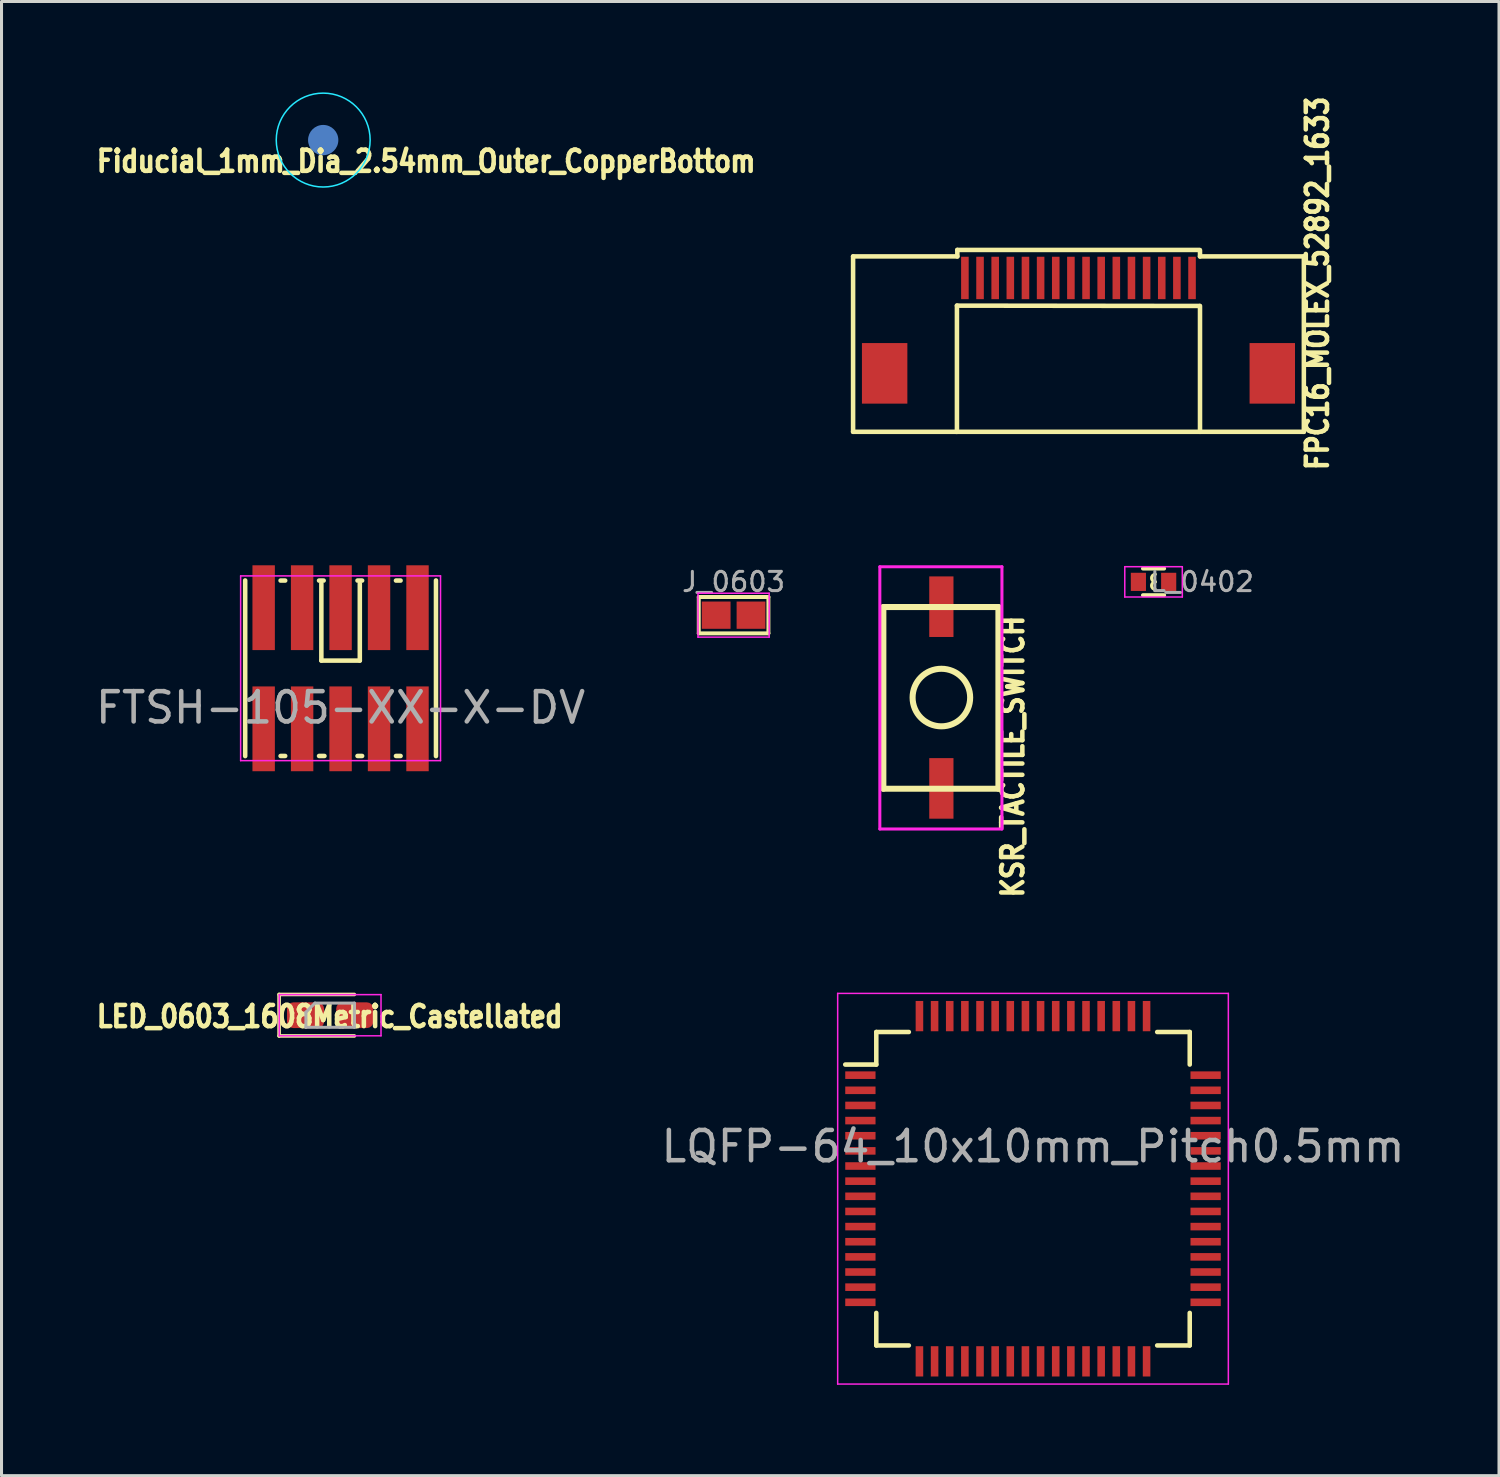
<source format=kicad_pcb>
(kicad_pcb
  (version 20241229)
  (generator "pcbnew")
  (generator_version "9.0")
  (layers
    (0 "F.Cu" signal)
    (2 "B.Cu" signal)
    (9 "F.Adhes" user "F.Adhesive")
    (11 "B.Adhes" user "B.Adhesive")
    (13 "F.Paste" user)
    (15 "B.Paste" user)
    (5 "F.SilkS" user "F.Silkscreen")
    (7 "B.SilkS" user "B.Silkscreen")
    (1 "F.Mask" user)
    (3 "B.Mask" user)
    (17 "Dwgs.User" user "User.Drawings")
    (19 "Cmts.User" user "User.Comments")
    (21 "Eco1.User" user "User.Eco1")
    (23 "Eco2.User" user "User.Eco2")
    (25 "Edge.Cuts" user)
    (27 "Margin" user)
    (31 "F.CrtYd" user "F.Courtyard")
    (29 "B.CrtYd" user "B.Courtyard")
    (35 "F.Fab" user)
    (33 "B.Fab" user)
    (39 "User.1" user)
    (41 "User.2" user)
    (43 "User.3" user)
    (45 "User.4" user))
  (footprint "LQFP-64_10x10mm_Pitch0.5mm"
    (layer "F.Cu")
    (at 31.06 36.202)
    (property "Reference" "LQFP-64_10x10mm_Pitch0.5mm" (at 0 -1.397 0) (layer "F.Fab") (effects (font (size 1 1) (thickness 0.15))))
    (attr smd)
    (fp_line (start -5.175 -5.175) (end -5.175 -4.1) (stroke (width 0.15) (type solid)) (layer "F.SilkS"))
    (fp_line (start -5.175 -5.175) (end -4.1 -5.175) (stroke (width 0.15) (type solid)) (layer "F.SilkS"))
    (fp_line (start -5.175 -4.1) (end -6.2 -4.1) (stroke (width 0.15) (type solid)) (layer "F.SilkS"))
    (fp_line (start -5.175 5.175) (end -5.175 4.1) (stroke (width 0.15) (type solid)) (layer "F.SilkS"))
    (fp_line (start -5.175 5.175) (end -4.1 5.175) (stroke (width 0.15) (type solid)) (layer "F.SilkS"))
    (fp_line (start 5.175 -5.175) (end 4.1 -5.175) (stroke (width 0.15) (type solid)) (layer "F.SilkS"))
    (fp_line (start 5.175 -5.175) (end 5.175 -4.1) (stroke (width 0.15) (type solid)) (layer "F.SilkS"))
    (fp_line (start 5.175 5.175) (end 4.1 5.175) (stroke (width 0.15) (type solid)) (layer "F.SilkS"))
    (fp_line (start 5.175 5.175) (end 5.175 4.1) (stroke (width 0.15) (type solid)) (layer "F.SilkS"))
    (fp_line (start -6.45 -6.45) (end -6.45 6.45) (stroke (width 0.05) (type solid)) (layer "F.CrtYd"))
    (fp_line (start -6.45 -6.45) (end 6.45 -6.45) (stroke (width 0.05) (type solid)) (layer "F.CrtYd"))
    (fp_line (start -6.45 6.45) (end 6.45 6.45) (stroke (width 0.05) (type solid)) (layer "F.CrtYd"))
    (fp_line (start 6.45 -6.45) (end 6.45 6.45) (stroke (width 0.05) (type solid)) (layer "F.CrtYd"))
    (pad "1" smd rect (at -5.7 -3.75) (size 1 0.25) (layers "F.Cu" "F.Mask" "F.Paste"))
    (pad "2" smd rect (at -5.7 -3.25) (size 1 0.25) (layers "F.Cu" "F.Mask" "F.Paste"))
    (pad "3" smd rect (at -5.7 -2.75) (size 1 0.25) (layers "F.Cu" "F.Mask" "F.Paste"))
    (pad "4" smd rect (at -5.7 -2.25) (size 1 0.25) (layers "F.Cu" "F.Mask" "F.Paste"))
    (pad "5" smd rect (at -5.7 -1.75) (size 1 0.25) (layers "F.Cu" "F.Mask" "F.Paste"))
    (pad "6" smd rect (at -5.7 -1.25) (size 1 0.25) (layers "F.Cu" "F.Mask" "F.Paste"))
    (pad "7" smd rect (at -5.7 -0.75) (size 1 0.25) (layers "F.Cu" "F.Mask" "F.Paste"))
    (pad "8" smd rect (at -5.7 -0.25) (size 1 0.25) (layers "F.Cu" "F.Mask" "F.Paste"))
    (pad "9" smd rect (at -5.7 0.25) (size 1 0.25) (layers "F.Cu" "F.Mask" "F.Paste"))
    (pad "10" smd rect (at -5.7 0.75) (size 1 0.25) (layers "F.Cu" "F.Mask" "F.Paste"))
    (pad "11" smd rect (at -5.7 1.25) (size 1 0.25) (layers "F.Cu" "F.Mask" "F.Paste"))
    (pad "12" smd rect (at -5.7 1.75) (size 1 0.25) (layers "F.Cu" "F.Mask" "F.Paste"))
    (pad "13" smd rect (at -5.7 2.25) (size 1 0.25) (layers "F.Cu" "F.Mask" "F.Paste"))
    (pad "14" smd rect (at -5.7 2.75) (size 1 0.25) (layers "F.Cu" "F.Mask" "F.Paste"))
    (pad "15" smd rect (at -5.7 3.25) (size 1 0.25) (layers "F.Cu" "F.Mask" "F.Paste"))
    (pad "16" smd rect (at -5.7 3.75) (size 1 0.25) (layers "F.Cu" "F.Mask" "F.Paste"))
    (pad "17" smd rect (at -3.75 5.7 90) (size 1 0.25) (layers "F.Cu" "F.Mask" "F.Paste"))
    (pad "18" smd rect (at -3.25 5.7 90) (size 1 0.25) (layers "F.Cu" "F.Mask" "F.Paste"))
    (pad "19" smd rect (at -2.75 5.7 90) (size 1 0.25) (layers "F.Cu" "F.Mask" "F.Paste"))
    (pad "20" smd rect (at -2.25 5.7 90) (size 1 0.25) (layers "F.Cu" "F.Mask" "F.Paste"))
    (pad "21" smd rect (at -1.75 5.7 90) (size 1 0.25) (layers "F.Cu" "F.Mask" "F.Paste"))
    (pad "22" smd rect (at -1.25 5.7 90) (size 1 0.25) (layers "F.Cu" "F.Mask" "F.Paste"))
    (pad "23" smd rect (at -0.75 5.7 90) (size 1 0.25) (layers "F.Cu" "F.Mask" "F.Paste"))
    (pad "24" smd rect (at -0.25 5.7 90) (size 1 0.25) (layers "F.Cu" "F.Mask" "F.Paste"))
    (pad "25" smd rect (at 0.25 5.7 90) (size 1 0.25) (layers "F.Cu" "F.Mask" "F.Paste"))
    (pad "26" smd rect (at 0.75 5.7 90) (size 1 0.25) (layers "F.Cu" "F.Mask" "F.Paste"))
    (pad "27" smd rect (at 1.25 5.7 90) (size 1 0.25) (layers "F.Cu" "F.Mask" "F.Paste"))
    (pad "28" smd rect (at 1.75 5.7 90) (size 1 0.25) (layers "F.Cu" "F.Mask" "F.Paste"))
    (pad "29" smd rect (at 2.25 5.7 90) (size 1 0.25) (layers "F.Cu" "F.Mask" "F.Paste"))
    (pad "30" smd rect (at 2.75 5.7 90) (size 1 0.25) (layers "F.Cu" "F.Mask" "F.Paste"))
    (pad "31" smd rect (at 3.25 5.7 90) (size 1 0.25) (layers "F.Cu" "F.Mask" "F.Paste"))
    (pad "32" smd rect (at 3.75 5.7 90) (size 1 0.25) (layers "F.Cu" "F.Mask" "F.Paste"))
    (pad "33" smd rect (at 5.7 3.75) (size 1 0.25) (layers "F.Cu" "F.Mask" "F.Paste"))
    (pad "34" smd rect (at 5.7 3.25) (size 1 0.25) (layers "F.Cu" "F.Mask" "F.Paste"))
    (pad "35" smd rect (at 5.7 2.75) (size 1 0.25) (layers "F.Cu" "F.Mask" "F.Paste"))
    (pad "36" smd rect (at 5.7 2.25) (size 1 0.25) (layers "F.Cu" "F.Mask" "F.Paste"))
    (pad "37" smd rect (at 5.7 1.75) (size 1 0.25) (layers "F.Cu" "F.Mask" "F.Paste"))
    (pad "38" smd rect (at 5.7 1.25) (size 1 0.25) (layers "F.Cu" "F.Mask" "F.Paste"))
    (pad "39" smd rect (at 5.7 0.75) (size 1 0.25) (layers "F.Cu" "F.Mask" "F.Paste"))
    (pad "40" smd rect (at 5.7 0.25) (size 1 0.25) (layers "F.Cu" "F.Mask" "F.Paste"))
    (pad "41" smd rect (at 5.7 -0.25) (size 1 0.25) (layers "F.Cu" "F.Mask" "F.Paste"))
    (pad "42" smd rect (at 5.7 -0.75) (size 1 0.25) (layers "F.Cu" "F.Mask" "F.Paste"))
    (pad "43" smd rect (at 5.7 -1.25) (size 1 0.25) (layers "F.Cu" "F.Mask" "F.Paste"))
    (pad "44" smd rect (at 5.7 -1.75) (size 1 0.25) (layers "F.Cu" "F.Mask" "F.Paste"))
    (pad "45" smd rect (at 5.7 -2.25) (size 1 0.25) (layers "F.Cu" "F.Mask" "F.Paste"))
    (pad "46" smd rect (at 5.7 -2.75) (size 1 0.25) (layers "F.Cu" "F.Mask" "F.Paste"))
    (pad "47" smd rect (at 5.7 -3.25) (size 1 0.25) (layers "F.Cu" "F.Mask" "F.Paste"))
    (pad "48" smd rect (at 5.7 -3.75) (size 1 0.25) (layers "F.Cu" "F.Mask" "F.Paste"))
    (pad "49" smd rect (at 3.75 -5.7 90) (size 1 0.25) (layers "F.Cu" "F.Mask" "F.Paste"))
    (pad "50" smd rect (at 3.25 -5.7 90) (size 1 0.25) (layers "F.Cu" "F.Mask" "F.Paste"))
    (pad "51" smd rect (at 2.75 -5.7 90) (size 1 0.25) (layers "F.Cu" "F.Mask" "F.Paste"))
    (pad "52" smd rect (at 2.25 -5.7 90) (size 1 0.25) (layers "F.Cu" "F.Mask" "F.Paste"))
    (pad "53" smd rect (at 1.75 -5.7 90) (size 1 0.25) (layers "F.Cu" "F.Mask" "F.Paste"))
    (pad "54" smd rect (at 1.25 -5.7 90) (size 1 0.25) (layers "F.Cu" "F.Mask" "F.Paste"))
    (pad "55" smd rect (at 0.75 -5.7 90) (size 1 0.25) (layers "F.Cu" "F.Mask" "F.Paste"))
    (pad "56" smd rect (at 0.25 -5.7 90) (size 1 0.25) (layers "F.Cu" "F.Mask" "F.Paste"))
    (pad "57" smd rect (at -0.25 -5.7 90) (size 1 0.25) (layers "F.Cu" "F.Mask" "F.Paste"))
    (pad "58" smd rect (at -0.75 -5.7 90) (size 1 0.25) (layers "F.Cu" "F.Mask" "F.Paste"))
    (pad "59" smd rect (at -1.25 -5.7 90) (size 1 0.25) (layers "F.Cu" "F.Mask" "F.Paste"))
    (pad "60" smd rect (at -1.75 -5.7 90) (size 1 0.25) (layers "F.Cu" "F.Mask" "F.Paste"))
    (pad "61" smd rect (at -2.25 -5.7 90) (size 1 0.25) (layers "F.Cu" "F.Mask" "F.Paste"))
    (pad "62" smd rect (at -2.75 -5.7 90) (size 1 0.25) (layers "F.Cu" "F.Mask" "F.Paste"))
    (pad "63" smd rect (at -3.25 -5.7 90) (size 1 0.25) (layers "F.Cu" "F.Mask" "F.Paste"))
    (pad "64" smd rect (at -3.75 -5.7 90) (size 1 0.25) (layers "F.Cu" "F.Mask" "F.Paste")))
  (footprint "Fiducial_1mm_Dia_2.54mm_Outer_CopperBottom"
    (layer "F.Cu")
    (at 7.622 1.575)
    (property "Reference" "Fiducial_1mm_Dia_2.54mm_Outer_CopperBottom" (at 3.4 0.7 0) (layer "F.SilkS") (effects (font (size 0.7 0.6) (thickness 0.15))))
    (attr exclude_from_pos_files exclude_from_bom)
    (fp_circle (center 0 0) (end 1.55 0) (stroke (width 0.05) (type solid)) (fill no) (layer "B.CrtYd"))
    (pad "~" smd circle (at 0 0) (size 1 1) (layers "B.Cu" "B.Mask")))
  (footprint "L_0402"
    (layer "F.Cu")
    (at 35.04 16.163)
    (property "Reference" "L_0402" (at 1.6 0 0) (layer "F.Fab") (effects (font (size 0.635 0.635) (thickness 0.1))))
    (attr smd)
    (fp_line (start -0.35 -0.44) (end 0.35 -0.44) (stroke (width 0.13) (type solid)) (layer "F.SilkS"))
    (fp_line (start 0.35 0.44) (end -0.35 0.44) (stroke (width 0.13) (type solid)) (layer "F.SilkS"))
    (fp_arc (start 0.06 0) (mid -0.065 -0.125) (end 0.06 -0.25) (stroke (width 0.1) (type solid)) (layer "F.SilkS"))
    (fp_arc (start 0.06 0.25) (mid -0.065 0.125) (end 0.06 0) (stroke (width 0.1) (type solid)) (layer "F.SilkS"))
    (fp_line (start -0.95 -0.5) (end -0.95 0.5) (stroke (width 0.05) (type solid)) (layer "F.CrtYd"))
    (fp_line (start -0.95 -0.5) (end 0.95 -0.5) (stroke (width 0.05) (type solid)) (layer "F.CrtYd"))
    (fp_line (start -0.95 0.5) (end 0.95 0.5) (stroke (width 0.05) (type solid)) (layer "F.CrtYd"))
    (fp_line (start 0.95 -0.5) (end 0.95 0.5) (stroke (width 0.05) (type solid)) (layer "F.CrtYd"))
    (pad "1" smd rect (at -0.5 0) (size 0.5 0.6) (layers "F.Cu" "F.Mask" "F.Paste"))
    (pad "2" smd rect (at 0.5 0) (size 0.5 0.6) (layers "F.Cu" "F.Mask" "F.Paste")))
  (footprint "FPC16_MOLEX_52892_1633"
    (layer "F.Cu")
    (at 32.561 6.128)
    (property "Reference" "FPC16_MOLEX_52892_1633" (at 7.89 0.18 90) (layer "F.SilkS") (effects (font (size 0.7 0.6) (thickness 0.15))))
    (attr through_hole)
    (fp_line (start -7.442 -0.711) (end -7.442 5.08) (stroke (width 0.15) (type solid)) (layer "F.SilkS"))
    (fp_line (start -7.442 -0.711) (end -4 -0.711) (stroke (width 0.15) (type solid)) (layer "F.SilkS"))
    (fp_line (start -4.039 5.08) (end 3.975 5.08) (stroke (width 0.15) (type solid)) (layer "F.SilkS"))
    (fp_line (start -4.013 0.914) (end -4.013 5.08) (stroke (width 0.15) (type solid)) (layer "F.SilkS"))
    (fp_line (start -4.013 0.914) (end 4 0.925) (stroke (width 0.15) (type solid)) (layer "F.SilkS"))
    (fp_line (start -4.013 5.08) (end -7.442 5.08) (stroke (width 0.15) (type solid)) (layer "F.SilkS"))
    (fp_line (start -4 -0.925) (end 4 -0.925) (stroke (width 0.15) (type solid)) (layer "F.SilkS"))
    (fp_line (start -4 -0.711) (end -4 -0.925) (stroke (width 0.15) (type solid)) (layer "F.SilkS"))
    (fp_line (start 4 5.08) (end 7.442 5.08) (stroke (width 0.15) (type solid)) (layer "F.SilkS"))
    (fp_line (start 4.013 -0.711) (end 4.013 -0.914) (stroke (width 0.15) (type solid)) (layer "F.SilkS"))
    (fp_line (start 4.013 0.925) (end 4.013 5.08) (stroke (width 0.15) (type solid)) (layer "F.SilkS"))
    (fp_line (start 7.442 5.08) (end 7.442 -0.711) (stroke (width 0.15) (type solid)) (layer "F.SilkS"))
    (fp_line (start 7.455 -0.711) (end 4.013 -0.711) (stroke (width 0.15) (type solid)) (layer "F.SilkS"))
    (pad "0" smd rect (at -6.4 3.15) (size 1.5 2) (layers "F.Cu" "F.Mask" "F.Paste"))
    (pad "0" smd rect (at 6.4 3.15) (size 1.5 2) (layers "F.Cu" "F.Mask" "F.Paste"))
    (pad "1" smd rect (at -3.75 0) (size 0.25 1.4) (layers "F.Cu" "F.Mask" "F.Paste"))
    (pad "2" smd rect (at -3.25 0) (size 0.25 1.4) (layers "F.Cu" "F.Mask" "F.Paste"))
    (pad "3" smd rect (at -2.75 0) (size 0.25 1.4) (layers "F.Cu" "F.Mask" "F.Paste"))
    (pad "4" smd rect (at -2.25 0) (size 0.25 1.4) (layers "F.Cu" "F.Mask" "F.Paste"))
    (pad "5" smd rect (at -1.75 0) (size 0.25 1.4) (layers "F.Cu" "F.Mask" "F.Paste"))
    (pad "6" smd rect (at -1.25 0) (size 0.25 1.4) (layers "F.Cu" "F.Mask" "F.Paste"))
    (pad "7" smd rect (at -0.75 0) (size 0.25 1.4) (layers "F.Cu" "F.Mask" "F.Paste"))
    (pad "8" smd rect (at -0.25 0) (size 0.25 1.4) (layers "F.Cu" "F.Mask" "F.Paste"))
    (pad "9" smd rect (at 0.25 0) (size 0.25 1.4) (layers "F.Cu" "F.Mask" "F.Paste"))
    (pad "10" smd rect (at 0.75 0) (size 0.25 1.4) (layers "F.Cu" "F.Mask" "F.Paste"))
    (pad "11" smd rect (at 1.25 0) (size 0.25 1.4) (layers "F.Cu" "F.Mask" "F.Paste"))
    (pad "12" smd rect (at 1.75 0) (size 0.25 1.4) (layers "F.Cu" "F.Mask" "F.Paste"))
    (pad "13" smd rect (at 2.25 0) (size 0.25 1.4) (layers "F.Cu" "F.Mask" "F.Paste"))
    (pad "14" smd rect (at 2.75 0) (size 0.25 1.4) (layers "F.Cu" "F.Mask" "F.Paste"))
    (pad "15" smd rect (at 3.25 0) (size 0.25 1.4) (layers "F.Cu" "F.Mask" "F.Paste"))
    (pad "16" smd rect (at 3.75 0) (size 0.25 1.4) (layers "F.Cu" "F.Mask" "F.Paste")))
  (footprint "J_0603"
    (layer "F.Cu")
    (at 21.173 17.263)
    (property "Reference" "J_0603" (at 0 -1.1 0) (layer "F.Fab") (effects (font (size 0.635 0.635) (thickness 0.1))))
    (attr through_hole)
    (fp_line (start -1.15 -0.6) (end -1.15 0.6) (stroke (width 0.13) (type solid)) (layer "F.SilkS"))
    (fp_line (start -1.15 -0.6) (end 1.15 -0.6) (stroke (width 0.13) (type solid)) (layer "F.SilkS"))
    (fp_line (start 1.15 -0.6) (end 1.15 0.6) (stroke (width 0.13) (type solid)) (layer "F.SilkS"))
    (fp_line (start 1.15 0.6) (end -1.15 0.6) (stroke (width 0.13) (type solid)) (layer "F.SilkS"))
    (fp_line (start -1.175 -0.725) (end -1.175 0.725) (stroke (width 0.05) (type solid)) (layer "F.CrtYd"))
    (fp_line (start -1.175 -0.725) (end 1.175 -0.725) (stroke (width 0.05) (type solid)) (layer "F.CrtYd"))
    (fp_line (start -1.175 0.725) (end 1.175 0.725) (stroke (width 0.05) (type solid)) (layer "F.CrtYd"))
    (fp_line (start 1.175 -0.725) (end 1.175 0.725) (stroke (width 0.05) (type solid)) (layer "F.CrtYd"))
    (pad "1" smd rect (at -0.575 0) (size 0.95 0.9) (layers "F.Cu" "F.Mask" "F.Paste"))
    (pad "2" smd rect (at 0.575 0) (size 0.95 0.9) (layers "F.Cu" "F.Mask" "F.Paste")))
  (footprint "KSR_TACTILE_SWITCH"
    (layer "F.Cu")
    (at 28.018 19.994)
    (property "Reference" "KSR_TACTILE_SWITCH" (at 2.374 1.939 90) (layer "F.SilkS") (effects (font (size 0.7 0.6) (thickness 0.15))))
    (attr through_hole)
    (fp_line (start -1.9 -3) (end -1.9 3) (stroke (width 0.2) (type solid)) (layer "F.SilkS"))
    (fp_line (start -1.9 3) (end 1.9 3) (stroke (width 0.2) (type solid)) (layer "F.SilkS"))
    (fp_line (start 1.9 -3) (end -1.9 -3) (stroke (width 0.2) (type solid)) (layer "F.SilkS"))
    (fp_line (start 1.9 3) (end 1.9 -3) (stroke (width 0.2) (type solid)) (layer "F.SilkS"))
    (fp_circle (center 0.016 -0.011) (end 0.042 -0.961) (stroke (width 0.2) (type solid)) (fill no) (layer "F.SilkS"))
    (fp_line (start -2.016 -4.329) (end 2.016 -4.329) (stroke (width 0.1) (type solid)) (layer "F.CrtYd"))
    (fp_line (start -2.016 4.329) (end -2.016 -4.329) (stroke (width 0.1) (type solid)) (layer "F.CrtYd"))
    (fp_line (start 2.016 -4.329) (end 2.016 4.329) (stroke (width 0.1) (type solid)) (layer "F.CrtYd"))
    (fp_line (start 2.016 4.329) (end -2.016 4.329) (stroke (width 0.1) (type solid)) (layer "F.CrtYd"))
    (pad "1" smd rect (at 0.016 2.989 90) (size 2 0.8) (layers "F.Cu" "F.Mask" "F.Paste"))
    (pad "2" smd rect (at 0.016 -3.011 90) (size 2 0.8) (layers "F.Cu" "F.Mask" "F.Paste")))
  (footprint "LED_0603_1608Metric_Castellated"
    (layer "F.Cu")
    (at 7.851 30.472)
    (property "Reference" "LED_0603_1608Metric_Castellated" (at -0.015 0.044 0) (layer "F.SilkS") (effects (font (size 0.7 0.6) (thickness 0.15))))
    (attr smd)
    (fp_line (start -1.685 -0.685) (end -1.685 0.685) (stroke (width 0.12) (type solid)) (layer "F.SilkS"))
    (fp_line (start -1.685 0.685) (end 0.8 0.685) (stroke (width 0.12) (type solid)) (layer "F.SilkS"))
    (fp_line (start 0.8 -0.685) (end -1.685 -0.685) (stroke (width 0.12) (type solid)) (layer "F.SilkS"))
    (fp_line (start -1.68 -0.68) (end 1.68 -0.68) (stroke (width 0.05) (type solid)) (layer "F.CrtYd"))
    (fp_line (start -1.68 0.68) (end -1.68 -0.68) (stroke (width 0.05) (type solid)) (layer "F.CrtYd"))
    (fp_line (start 1.68 -0.68) (end 1.68 0.68) (stroke (width 0.05) (type solid)) (layer "F.CrtYd"))
    (fp_line (start 1.68 0.68) (end -1.68 0.68) (stroke (width 0.05) (type solid)) (layer "F.CrtYd"))
    (fp_line (start -0.8 -0.1) (end -0.8 0.4) (stroke (width 0.1) (type solid)) (layer "F.Fab"))
    (fp_line (start -0.8 0.4) (end 0.8 0.4) (stroke (width 0.1) (type solid)) (layer "F.Fab"))
    (fp_line (start -0.5 -0.4) (end -0.8 -0.1) (stroke (width 0.1) (type solid)) (layer "F.Fab"))
    (fp_line (start 0.8 -0.4) (end -0.5 -0.4) (stroke (width 0.1) (type solid)) (layer "F.Fab"))
    (fp_line (start 0.8 0.4) (end 0.8 -0.4) (stroke (width 0.1) (type solid)) (layer "F.Fab"))
    (pad "1" smd roundrect (at -0.812 0) (size 1.225 0.85) (layers "F.Cu" "F.Mask" "F.Paste") (roundrect_rratio 0.25))
    (pad "2" smd roundrect (at 0.812 0) (size 1.225 0.85) (layers "F.Cu" "F.Mask" "F.Paste") (roundrect_rratio 0.25)))
  (footprint "FTSH-105-XX-X-DV"
    (layer "F.Cu")
    (at 8.196 19.016)
    (property "Reference" "FTSH-105-XX-X-DV" (at 0 1.3 0) (layer "F.Fab") (effects (font (size 1 1) (thickness 0.15))))
    (attr smd)
    (fp_line (start -3.15 2.9) (end -3.15 -2.9) (stroke (width 0.15) (type solid)) (layer "F.SilkS"))
    (fp_line (start -1.981 2.896) (end -1.829 2.896) (stroke (width 0.15) (type solid)) (layer "F.SilkS"))
    (fp_line (start -1.829 -2.896) (end -1.981 -2.896) (stroke (width 0.15) (type solid)) (layer "F.SilkS"))
    (fp_line (start -0.711 2.896) (end -0.533 2.896) (stroke (width 0.15) (type solid)) (layer "F.SilkS"))
    (fp_line (start -0.635 -0.254) (end -0.635 -2.794) (stroke (width 0.15) (type solid)) (layer "F.SilkS"))
    (fp_line (start -0.559 -2.896) (end -0.711 -2.896) (stroke (width 0.15) (type solid)) (layer "F.SilkS"))
    (fp_line (start 0.559 2.896) (end 0.711 2.896) (stroke (width 0.15) (type solid)) (layer "F.SilkS"))
    (fp_line (start 0.635 -2.794) (end 0.635 -0.254) (stroke (width 0.15) (type solid)) (layer "F.SilkS"))
    (fp_line (start 0.635 -0.254) (end -0.635 -0.254) (stroke (width 0.15) (type solid)) (layer "F.SilkS"))
    (fp_line (start 0.711 -2.896) (end 0.559 -2.896) (stroke (width 0.15) (type solid)) (layer "F.SilkS"))
    (fp_line (start 1.829 2.896) (end 1.981 2.896) (stroke (width 0.15) (type solid)) (layer "F.SilkS"))
    (fp_line (start 1.981 -2.896) (end 1.829 -2.896) (stroke (width 0.15) (type solid)) (layer "F.SilkS"))
    (fp_line (start 3.15 2.9) (end 3.15 -2.9) (stroke (width 0.15) (type solid)) (layer "F.SilkS"))
    (fp_line (start -3.3 -3.05) (end 3.3 -3.05) (stroke (width 0.05) (type solid)) (layer "F.CrtYd"))
    (fp_line (start -3.3 3.05) (end -3.3 -3.05) (stroke (width 0.05) (type solid)) (layer "F.CrtYd"))
    (fp_line (start 3.3 -3.05) (end 3.3 3.05) (stroke (width 0.05) (type solid)) (layer "F.CrtYd"))
    (fp_line (start 3.3 3.05) (end -3.3 3.05) (stroke (width 0.05) (type solid)) (layer "F.CrtYd"))
    (pad "1" smd rect (at 2.54 -2 180) (size 0.74 2.8) (layers "F.Cu" "F.Mask" "F.Paste"))
    (pad "2" smd rect (at 2.54 2 180) (size 0.74 2.8) (layers "F.Cu" "F.Mask" "F.Paste"))
    (pad "3" smd rect (at 1.27 -2 180) (size 0.74 2.8) (layers "F.Cu" "F.Mask" "F.Paste"))
    (pad "4" smd rect (at 1.27 2 180) (size 0.74 2.8) (layers "F.Cu" "F.Mask" "F.Paste"))
    (pad "5" smd rect (at 0 -2 180) (size 0.74 2.8) (layers "F.Cu" "F.Mask" "F.Paste"))
    (pad "6" smd rect (at 0 2 180) (size 0.74 2.8) (layers "F.Cu" "F.Mask" "F.Paste"))
    (pad "7" smd rect (at -1.27 -2 180) (size 0.74 2.8) (layers "F.Cu" "F.Mask" "F.Paste"))
    (pad "8" smd rect (at -1.27 2 180) (size 0.74 2.8) (layers "F.Cu" "F.Mask" "F.Paste"))
    (pad "9" smd rect (at -2.54 -2 180) (size 0.74 2.8) (layers "F.Cu" "F.Mask" "F.Paste"))
    (pad "10" smd rect (at -2.54 2 180) (size 0.74 2.8) (layers "F.Cu" "F.Mask" "F.Paste")))
  (gr_rect
    (start -3 -3)
    (end 46.447 45.677)
    (stroke (width 0.1) (type default))
    (fill no)
    (layer "Edge.Cuts")))
</source>
